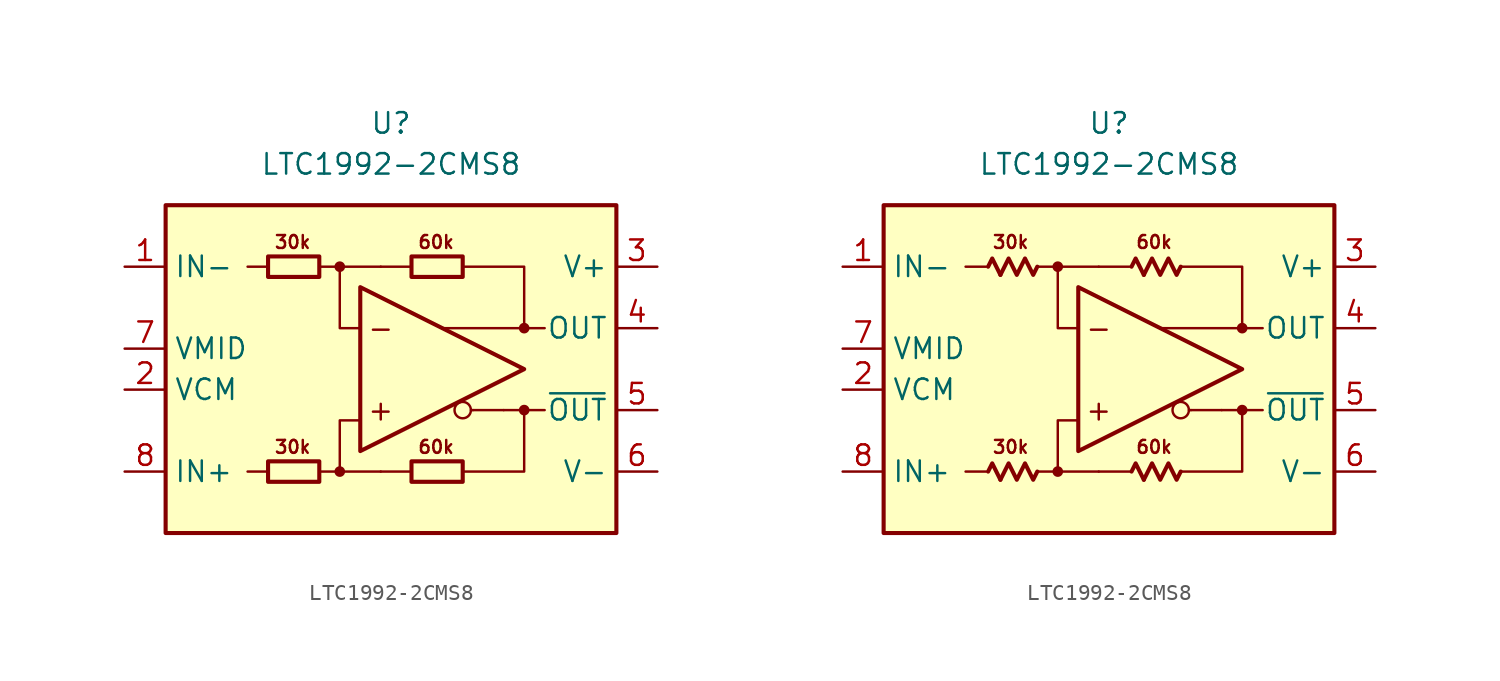
<source format=kicad_sym>
(kicad_symbol_lib
  (version 20231120)
  (generator "kicad_symbol_editor")
  (generator_version "8.0")
  (symbol "LTC1992-2CMS8"
    (property "Reference" "U"
      (at 0 15.24 0)
      (effects (font (size 1.27 1.27))))
    (property "Value" "LTC1992-2CMS8"
      (at 0 12.7 0)
      (effects (font (size 1.27 1.27))))
    (symbol "LTC1992-2CMS8_0_0"
      (rectangle (start -13.97 10.16) (end 13.97 -10.16) (stroke (width 0.254) (type default)) (fill (type background)))
      (circle (center -3.175 -6.35) (radius 0.254) (stroke (width 0.152) (type default)) (fill (type outline)))
      (circle (center -3.175 6.35) (radius 0.254) (stroke (width 0.152) (type default)) (fill (type outline)))
      (polyline (pts (xy -7.62 -6.35) (xy -8.89 -6.35)) (stroke (width 0.152) (type default)) (fill (type none)))
      (polyline (pts (xy -7.62 6.35) (xy -8.89 6.35)) (stroke (width 0.152) (type default)) (fill (type none)))
      (polyline (pts (xy -3.175 6.35) (xy -0.635 6.35)) (stroke (width 0.152) (type default)) (fill (type none)))
      (polyline (pts (xy -0.635 -6.35) (xy -3.175 -6.35)) (stroke (width 0.152) (type default)) (fill (type none)))
      (polyline (pts (xy 1.27 -6.35) (xy -0.635 -6.35)) (stroke (width 0.152) (type default)) (fill (type none)))
      (polyline (pts (xy 1.27 6.35) (xy -0.635 6.35)) (stroke (width 0.152) (type default)) (fill (type none)))
      (polyline (pts (xy 5.08 -2.54) (xy 4.953 -2.54)) (stroke (width 0.152) (type default)) (fill (type none)))
      (polyline (pts (xy 6.985 -2.54) (xy 5.08 -2.54)) (stroke (width 0.152) (type default)) (fill (type none)))
      (polyline (pts (xy 8.255 -2.54) (xy 9.525 -2.54)) (stroke (width 0.152) (type default)) (fill (type none)))
      (polyline (pts (xy 8.255 2.54) (xy 9.525 2.54)) (stroke (width 0.152) (type default)) (fill (type none)))
      (polyline (pts (xy -4.445 -6.35) (xy -3.175 -6.35) (xy -3.175 -3.175) (xy -1.905 -3.175)) (stroke (width 0.152) (type default)) (fill (type none)))
      (polyline (pts (xy -1.905 2.54) (xy -3.175 2.54) (xy -3.175 6.35) (xy -4.445 6.35)) (stroke (width 0.152) (type default)) (fill (type none)))
      (polyline (pts (xy 4.445 6.35) (xy 8.255 6.35) (xy 8.255 2.54) (xy 3.175 2.54)) (stroke (width 0.152) (type default)) (fill (type none)))
      (polyline (pts (xy 6.985 -2.54) (xy 8.255 -2.54) (xy 8.255 -6.35) (xy 4.445 -6.35)) (stroke (width 0.152) (type default)) (fill (type none)))
      (circle (center 4.445 -2.54) (radius 0.508) (stroke (width 0.152) (type default)) (fill (type none)))
      (circle (center 8.255 -2.54) (radius 0.254) (stroke (width 0.152) (type default)) (fill (type outline)))
      (circle (center 8.255 2.54) (radius 0.254) (stroke (width 0.152) (type default)) (fill (type outline)))
      (text "+" (at -0.635 -2.54 0) (effects (font (size 1.27 1.27))))
      (text "-" (at -0.635 2.54 0) (effects (font (size 1.27 1.27)))))
    (symbol "LTC1992-2CMS8_0_1"
      (rectangle (start -7.62 -5.715) (end -4.445 -6.985) (stroke (width 0.254) (type default)) (fill (type none)))
      (rectangle (start -7.62 6.985) (end -4.445 5.715) (stroke (width 0.254) (type default)) (fill (type none)))
      (rectangle (start 1.27 -5.715) (end 4.445 -6.985) (stroke (width 0.254) (type default)) (fill (type none)))
      (rectangle (start 1.27 6.985) (end 4.445 5.715) (stroke (width 0.254) (type default)) (fill (type none))))
    (symbol "LTC1992-2CMS8_0_2"
      (polyline (pts (xy -6.731 -6.858) (xy -7.239 -5.842) (xy -7.493 -6.35)) (stroke (width 0.254) (type default)) (fill (type none)))
      (polyline (pts (xy -6.731 5.842) (xy -7.239 6.858) (xy -7.493 6.35)) (stroke (width 0.254) (type default)) (fill (type none)))
      (polyline (pts (xy 2.159 -6.858) (xy 1.651 -5.842) (xy 1.397 -6.35)) (stroke (width 0.254) (type default)) (fill (type none)))
      (polyline (pts (xy 2.159 5.842) (xy 1.651 6.858) (xy 1.397 6.35)) (stroke (width 0.254) (type default)) (fill (type none)))
      (polyline (pts (xy -4.445 -6.35) (xy -4.699 -6.858) (xy -5.207 -5.842) (xy -5.715 -6.858) (xy -6.223 -5.842) (xy -6.731 -6.858)) (stroke (width 0.254) (type default)) (fill (type none)))
      (polyline (pts (xy -4.445 6.35) (xy -4.699 5.842) (xy -5.207 6.858) (xy -5.715 5.842) (xy -6.223 6.858) (xy -6.731 5.842)) (stroke (width 0.254) (type default)) (fill (type none)))
      (polyline (pts (xy 4.445 -6.35) (xy 4.191 -6.858) (xy 3.683 -5.842) (xy 3.175 -6.858) (xy 2.667 -5.842) (xy 2.159 -6.858)) (stroke (width 0.254) (type default)) (fill (type none)))
      (polyline (pts (xy 4.445 6.35) (xy 4.191 5.842) (xy 3.683 6.858) (xy 3.175 5.842) (xy 2.667 6.858) (xy 2.159 5.842)) (stroke (width 0.254) (type default)) (fill (type none))))
    (symbol "LTC1992-2CMS8_1_0"
      (polyline (pts (xy -1.905 5.08) (xy -1.905 -5.08) (xy 8.255 0) (xy -1.905 5.08)) (stroke (width 0.254) (type default)) (fill (type none)))
      (text "30k" (at -6.096 -4.826 0) (effects (font (size 0.8 0.8))))
      (text "30k" (at -6.096 7.874 0) (effects (font (size 0.8 0.8))))
      (text "60k" (at 2.794 -4.826 0) (effects (font (size 0.8 0.8))))
      (text "60k" (at 2.794 7.874 0) (effects (font (size 0.8 0.8)))))
    (symbol "LTC1992-2CMS8_1_1"
      (pin input line (at -16.51 6.35 0) (length 2.54) (name "IN-" (effects (font (size 1.27 1.27)))) (number "1" (effects (font (size 1.27 1.27)))))
      (pin input line (at -16.51 -1.27 0) (length 2.54) (name "VCM" (effects (font (size 1.27 1.27)))) (number "2" (effects (font (size 1.27 1.27)))))
      (pin power_in line (at 16.51 6.35 180) (length 2.54) (name "V+" (effects (font (size 1.27 1.27)))) (number "3" (effects (font (size 1.27 1.27)))))
      (pin output line (at 16.51 2.54 180) (length 2.54) (name "OUT" (effects (font (size 1.27 1.27)))) (number "4" (effects (font (size 1.27 1.27)))))
      (pin output line (at 16.51 -2.54 180) (length 2.54) (name "~{OUT}" (effects (font (size 1.27 1.27)))) (number "5" (effects (font (size 1.27 1.27)))))
      (pin power_in line (at 16.51 -6.35 180) (length 2.54) (name "V-" (effects (font (size 1.27 1.27)))) (number "6" (effects (font (size 1.27 1.27)))))
      (pin output line (at -16.51 1.27 0) (length 2.54) (name "VMID" (effects (font (size 1.27 1.27)))) (number "7" (effects (font (size 1.27 1.27)))))
      (pin input line (at -16.51 -6.35 0) (length 2.54) (name "IN+" (effects (font (size 1.27 1.27)))) (number "8" (effects (font (size 1.27 1.27))))))
    (symbol "LTC1992-2CMS8_1_2"
      (pin input line (at -16.51 6.35 0) (length 2.54) (name "IN-" (effects (font (size 1.27 1.27)))) (number "1" (effects (font (size 1.27 1.27)))))
      (pin input line (at -16.51 -1.27 0) (length 2.54) (name "VCM" (effects (font (size 1.27 1.27)))) (number "2" (effects (font (size 1.27 1.27)))))
      (pin power_in line (at 16.51 6.35 180) (length 2.54) (name "V+" (effects (font (size 1.27 1.27)))) (number "3" (effects (font (size 1.27 1.27)))))
      (pin output line (at 16.51 2.54 180) (length 2.54) (name "OUT" (effects (font (size 1.27 1.27)))) (number "4" (effects (font (size 1.27 1.27)))))
      (pin output line (at 16.51 -2.54 180) (length 2.54) (name "~{OUT}" (effects (font (size 1.27 1.27)))) (number "5" (effects (font (size 1.27 1.27)))))
      (pin power_in line (at 16.51 -6.35 180) (length 2.54) (name "V-" (effects (font (size 1.27 1.27)))) (number "6" (effects (font (size 1.27 1.27)))))
      (pin output line (at -16.51 1.27 0) (length 2.54) (name "VMID" (effects (font (size 1.27 1.27)))) (number "7" (effects (font (size 1.27 1.27)))))
      (pin input line (at -16.51 -6.35 0) (length 2.54) (name "IN+" (effects (font (size 1.27 1.27)))) (number "8" (effects (font (size 1.27 1.27))))))))
</source>
